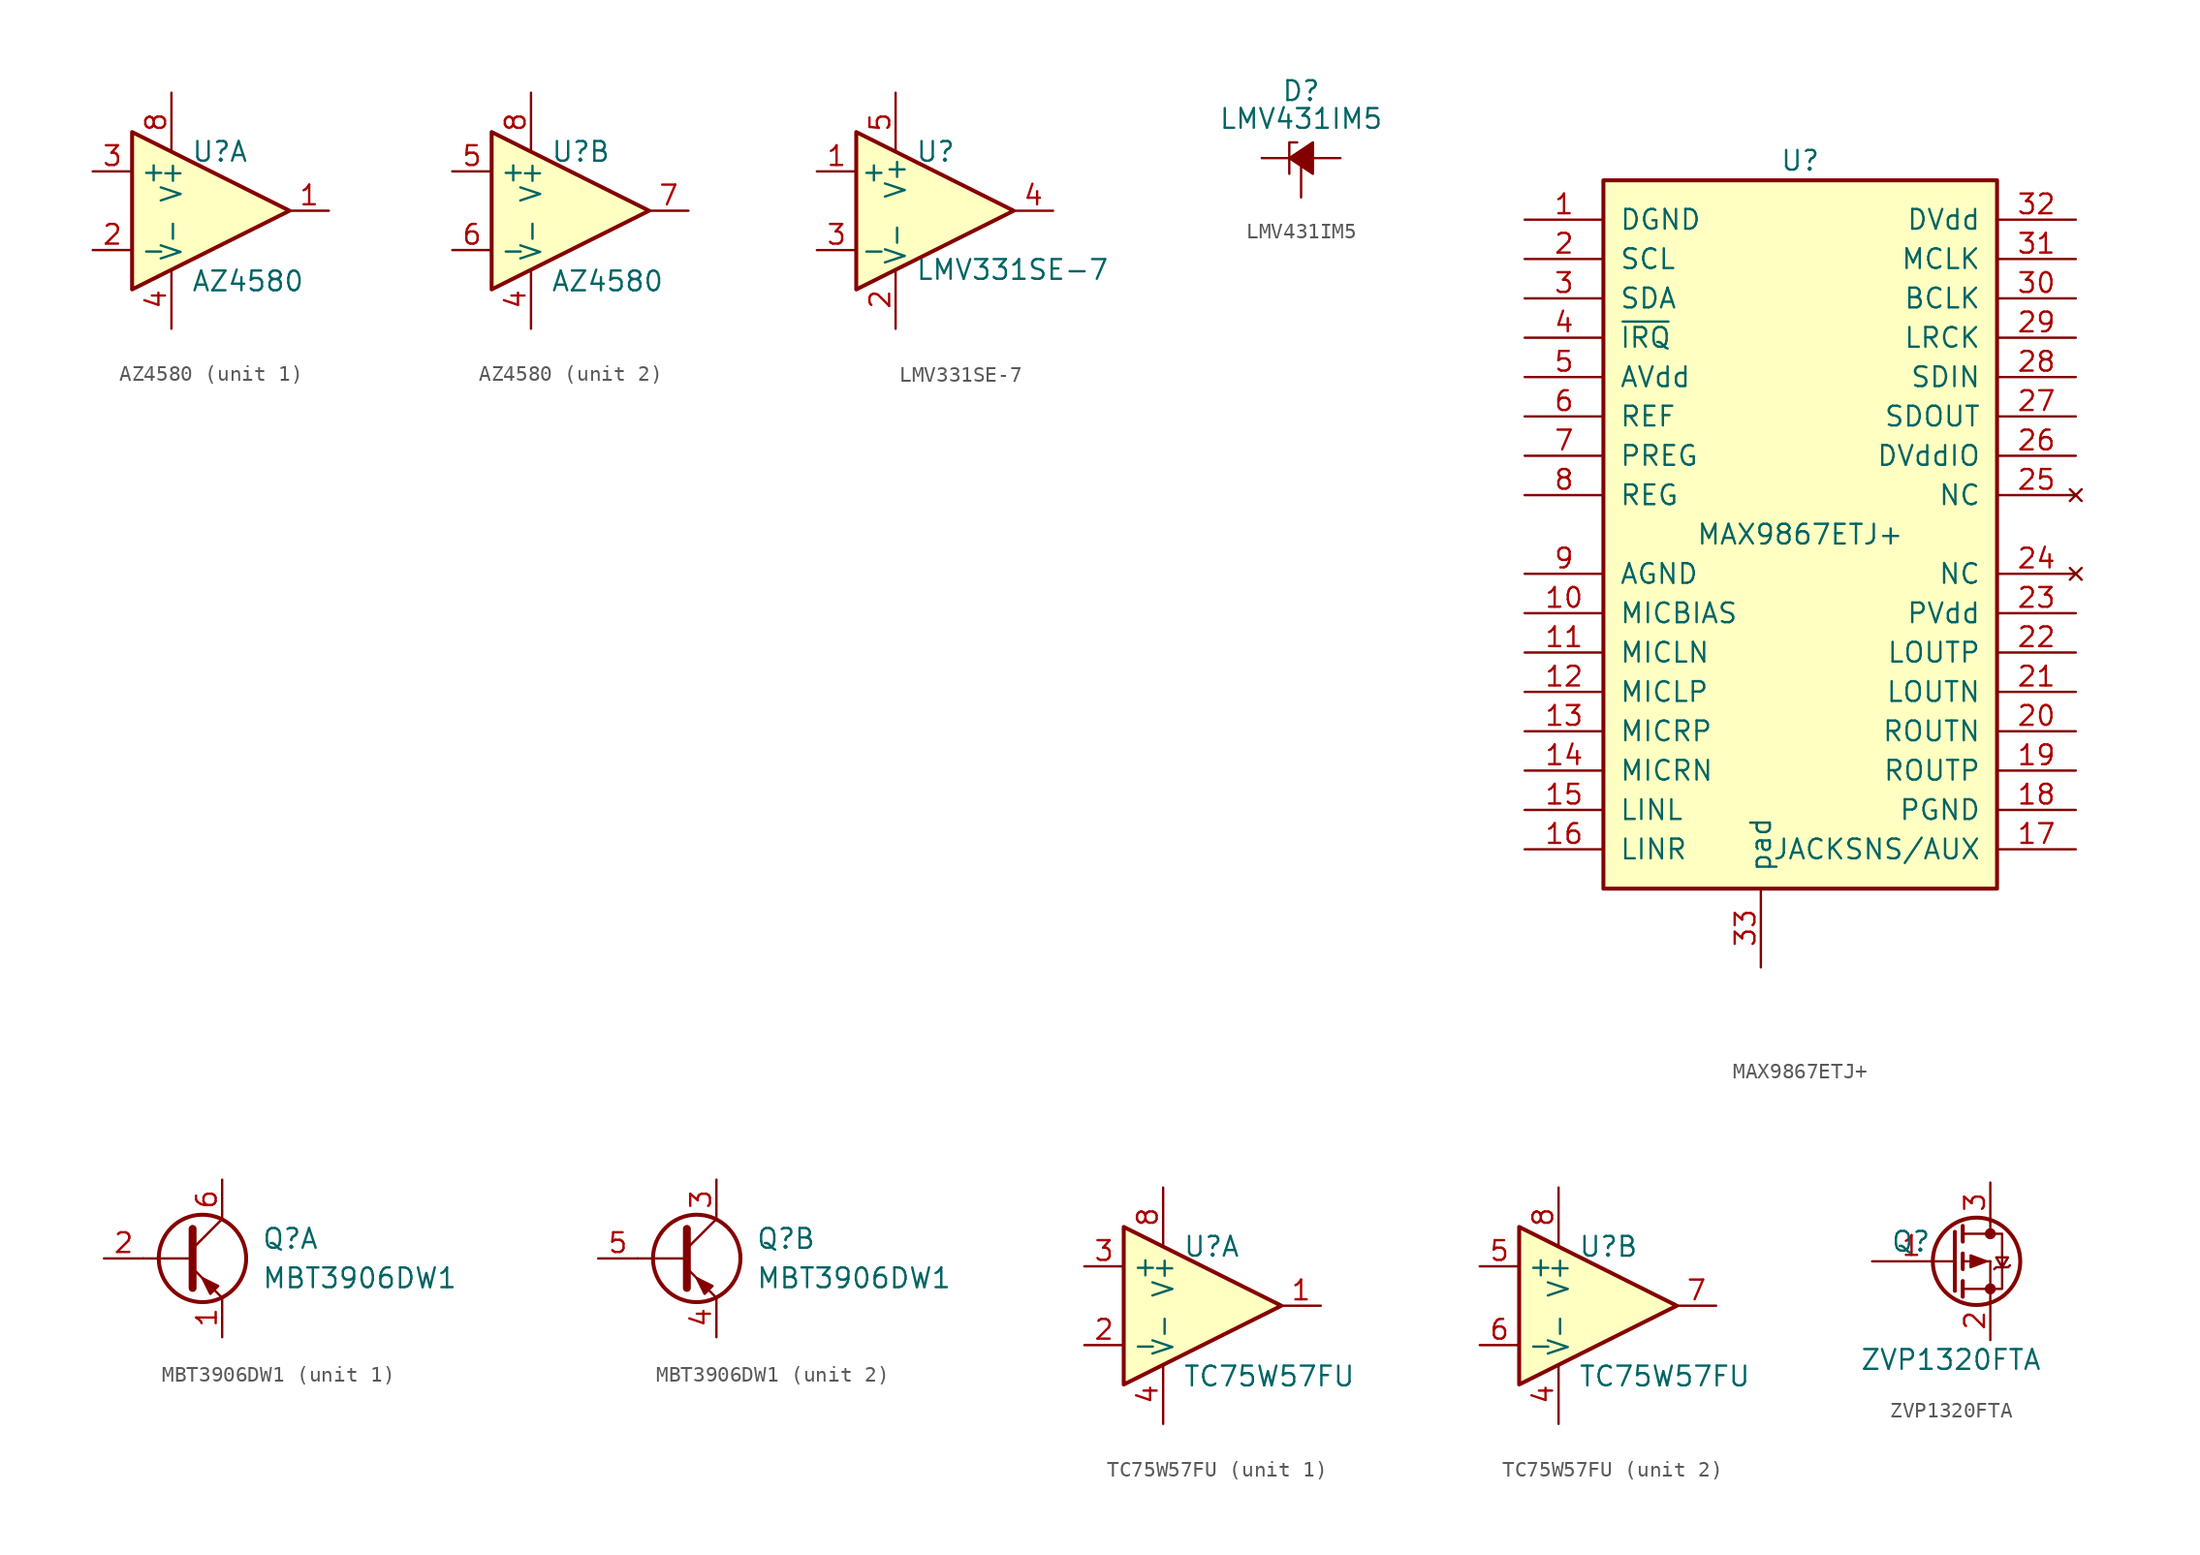
<source format=kicad_sym>
(kicad_symbol_lib
  (version 20211014)
  (generator kicad_symbol_editor)
  (symbol "AZ4580"
    (property "Reference" "U"
      (at -1.27 3.81 0)
      (effects (font (size 1.27 1.27)) (justify left)))
    (property "Value" "AZ4580"
      (at -1.27 -3.81 0)
      (effects (font (size 1.27 1.27)) (justify left top)))
    (symbol "AZ4580_0_1"
      (polyline (pts (xy -5.08 5.08) (xy 5.08 0) (xy -5.08 -5.08) (xy -5.08 5.08)) (stroke (width 0.254) (type default) (color 0 0 0 0)) (fill (type background)))
      (pin power_in line (at -2.54 -7.62 90) (length 3.81) (name "V-" (effects (font (size 1.27 1.27)))) (number "4" (effects (font (size 1.27 1.27)))))
      (pin power_in line (at -2.54 7.62 270) (length 3.81) (name "V+" (effects (font (size 1.27 1.27)))) (number "8" (effects (font (size 1.27 1.27))))))
    (symbol "AZ4580_1_1"
      (pin output line (at 7.62 0 180) (length 2.54) (name "~" (effects (font (size 1.27 1.27)))) (number "1" (effects (font (size 1.27 1.27)))))
      (pin input line (at -7.62 -2.54 0) (length 2.54) (name "-" (effects (font (size 1.27 1.27)))) (number "2" (effects (font (size 1.27 1.27)))))
      (pin input line (at -7.62 2.54 0) (length 2.54) (name "+" (effects (font (size 1.27 1.27)))) (number "3" (effects (font (size 1.27 1.27))))))
    (symbol "AZ4580_2_1"
      (pin input line (at -7.62 2.54 0) (length 2.54) (name "+" (effects (font (size 1.27 1.27)))) (number "5" (effects (font (size 1.27 1.27)))))
      (pin input line (at -7.62 -2.54 0) (length 2.54) (name "-" (effects (font (size 1.27 1.27)))) (number "6" (effects (font (size 1.27 1.27)))))
      (pin output line (at 7.62 0 180) (length 2.54) (name "~" (effects (font (size 1.27 1.27)))) (number "7" (effects (font (size 1.27 1.27)))))))
  (symbol "LMV331SE-7"
    (pin_names
      (offset 0.254))
    (property "Reference" "U"
      (at -1.27 3.81 0)
      (effects (font (size 1.27 1.27)) (justify left)))
    (property "Value" "LMV331SE-7"
      (at -1.27 -3.81 0)
      (effects (font (size 1.27 1.27)) (justify left)))
    (symbol "LMV331SE-7_0_1"
      (polyline (pts (xy -5.08 5.08) (xy 5.08 0) (xy -5.08 -5.08) (xy -5.08 5.08)) (stroke (width 0.254) (type default) (color 0 0 0 0)) (fill (type background))))
    (symbol "LMV331SE-7_1_1"
      (pin input line (at -7.62 2.54 0) (length 2.54) (name "+" (effects (font (size 1.27 1.27)))) (number "1" (effects (font (size 1.27 1.27)))))
      (pin input line (at -2.54 -7.62 90) (length 3.81) (name "V-" (effects (font (size 1.27 1.27)))) (number "2" (effects (font (size 1.27 1.27)))))
      (pin input line (at -7.62 -2.54 0) (length 2.54) (name "-" (effects (font (size 1.27 1.27)))) (number "3" (effects (font (size 1.27 1.27)))))
      (pin output line (at 7.62 0 180) (length 2.54) (name "~" (effects (font (size 1.27 1.27)))) (number "4" (effects (font (size 1.27 1.27)))))
      (pin input line (at -2.54 7.62 270) (length 3.81) (name "V+" (effects (font (size 1.27 1.27)))) (number "5" (effects (font (size 1.27 1.27)))))))
  (symbol "LMV431IM5"
    (pin_numbers hide)
    (pin_names
      (offset 0.254) hide)
    (property "Reference" "D"
      (at 0 5.08 0)
      (effects (font (size 1.27 1.27)) (justify top)))
    (property "Value" "LMV431IM5"
      (at 0 2.54 0)
      (effects (font (size 1.27 1.27))))
    (symbol "LMV431IM5_0_1"
      (polyline (pts (xy 0.762 0) (xy -0.762 0)) (stroke (width 0) (type default) (color 0 0 0 0)) (fill (type none)))
      (polyline (pts (xy -0.254 1.016) (xy -0.762 1.016) (xy -0.762 -1.016)) (stroke (width 0) (type default) (color 0 0 0 0)) (fill (type none)))
      (polyline (pts (xy 0.762 1.016) (xy -0.762 0) (xy 0.762 -1.016) (xy 0.762 1.016)) (stroke (width 0) (type default) (color 0 0 0 0)) (fill (type outline))))
    (symbol "LMV431IM5_1_1"
      (pin passive line (at -2.54 0 0) (length 1.778) (name "K" (effects (font (size 1.27 1.27)))) (number "3" (effects (font (size 1.27 1.27)))))
      (pin input line (at 0 -2.54 90) (length 2.54) (name "ref" (effects (font (size 1.27 1.27)))) (number "4" (effects (font (size 1.27 1.27)))))
      (pin passive line (at 2.54 0 180) (length 1.778) (name "A" (effects (font (size 1.27 1.27)))) (number "5" (effects (font (size 1.27 1.27)))))))
  (symbol "MAX9867ETJ+"
    (pin_names
      (offset 1.016))
    (property "Reference" "U"
      (at 0 24.13 0)
      (effects (font (size 1.27 1.27))))
    (property "Value" "MAX9867ETJ+"
      (at 0 0 0)
      (effects (font (size 1.27 1.27))))
    (symbol "MAX9867ETJ+_0_1"
      (rectangle (start 12.7 -22.86) (end -12.7 22.86) (stroke (width 0.254) (type default) (color 0 0 0 0)) (fill (type background))))
    (symbol "MAX9867ETJ+_1_1"
      (pin power_in line (at -17.78 20.32 0) (length 5.08) (name "DGND" (effects (font (size 1.27 1.27)))) (number "1" (effects (font (size 1.27 1.27)))))
      (pin output line (at -17.78 -5.08 0) (length 5.08) (name "MICBIAS" (effects (font (size 1.27 1.27)))) (number "10" (effects (font (size 1.27 1.27)))))
      (pin input line (at -17.78 -7.62 0) (length 5.08) (name "MICLN" (effects (font (size 1.27 1.27)))) (number "11" (effects (font (size 1.27 1.27)))))
      (pin input line (at -17.78 -10.16 0) (length 5.08) (name "MICLP" (effects (font (size 1.27 1.27)))) (number "12" (effects (font (size 1.27 1.27)))))
      (pin input line (at -17.78 -12.7 0) (length 5.08) (name "MICRP" (effects (font (size 1.27 1.27)))) (number "13" (effects (font (size 1.27 1.27)))))
      (pin input line (at -17.78 -15.24 0) (length 5.08) (name "MICRN" (effects (font (size 1.27 1.27)))) (number "14" (effects (font (size 1.27 1.27)))))
      (pin input line (at -17.78 -17.78 0) (length 5.08) (name "LINL" (effects (font (size 1.27 1.27)))) (number "15" (effects (font (size 1.27 1.27)))))
      (pin input line (at -17.78 -20.32 0) (length 5.08) (name "LINR" (effects (font (size 1.27 1.27)))) (number "16" (effects (font (size 1.27 1.27)))))
      (pin output line (at 17.78 -20.32 180) (length 5.08) (name "JACKSNS/AUX" (effects (font (size 1.27 1.27)))) (number "17" (effects (font (size 1.27 1.27)))))
      (pin power_in line (at 17.78 -17.78 180) (length 5.08) (name "PGND" (effects (font (size 1.27 1.27)))) (number "18" (effects (font (size 1.27 1.27)))))
      (pin output line (at 17.78 -15.24 180) (length 5.08) (name "ROUTP" (effects (font (size 1.27 1.27)))) (number "19" (effects (font (size 1.27 1.27)))))
      (pin input line (at -17.78 17.78 0) (length 5.08) (name "SCL" (effects (font (size 1.27 1.27)))) (number "2" (effects (font (size 1.27 1.27)))))
      (pin output line (at 17.78 -12.7 180) (length 5.08) (name "ROUTN" (effects (font (size 1.27 1.27)))) (number "20" (effects (font (size 1.27 1.27)))))
      (pin output line (at 17.78 -10.16 180) (length 5.08) (name "LOUTN" (effects (font (size 1.27 1.27)))) (number "21" (effects (font (size 1.27 1.27)))))
      (pin output line (at 17.78 -7.62 180) (length 5.08) (name "LOUTP" (effects (font (size 1.27 1.27)))) (number "22" (effects (font (size 1.27 1.27)))))
      (pin power_in line (at 17.78 -5.08 180) (length 5.08) (name "PVdd" (effects (font (size 1.27 1.27)))) (number "23" (effects (font (size 1.27 1.27)))))
      (pin no_connect line (at 17.78 -2.54 180) (length 5.08) (name "NC" (effects (font (size 1.27 1.27)))) (number "24" (effects (font (size 1.27 1.27)))))
      (pin no_connect line (at 17.78 2.54 180) (length 5.08) (name "NC" (effects (font (size 1.27 1.27)))) (number "25" (effects (font (size 1.27 1.27)))))
      (pin power_in line (at 17.78 5.08 180) (length 5.08) (name "DVddIO" (effects (font (size 1.27 1.27)))) (number "26" (effects (font (size 1.27 1.27)))))
      (pin output line (at 17.78 7.62 180) (length 5.08) (name "SDOUT" (effects (font (size 1.27 1.27)))) (number "27" (effects (font (size 1.27 1.27)))))
      (pin input line (at 17.78 10.16 180) (length 5.08) (name "SDIN" (effects (font (size 1.27 1.27)))) (number "28" (effects (font (size 1.27 1.27)))))
      (pin bidirectional line (at 17.78 12.7 180) (length 5.08) (name "LRCK" (effects (font (size 1.27 1.27)))) (number "29" (effects (font (size 1.27 1.27)))))
      (pin bidirectional line (at -17.78 15.24 0) (length 5.08) (name "SDA" (effects (font (size 1.27 1.27)))) (number "3" (effects (font (size 1.27 1.27)))))
      (pin bidirectional line (at 17.78 15.24 180) (length 5.08) (name "BCLK" (effects (font (size 1.27 1.27)))) (number "30" (effects (font (size 1.27 1.27)))))
      (pin bidirectional line (at 17.78 17.78 180) (length 5.08) (name "MCLK" (effects (font (size 1.27 1.27)))) (number "31" (effects (font (size 1.27 1.27)))))
      (pin power_in line (at 17.78 20.32 180) (length 5.08) (name "DVdd" (effects (font (size 1.27 1.27)))) (number "32" (effects (font (size 1.27 1.27)))))
      (pin power_in line (at -2.54 -27.94 90) (length 5.08) (name "pad" (effects (font (size 1.27 1.27)))) (number "33" (effects (font (size 1.27 1.27)))))
      (pin output line (at -17.78 12.7 0) (length 5.08) (name "~{IRQ}" (effects (font (size 1.27 1.27)))) (number "4" (effects (font (size 1.27 1.27)))))
      (pin power_in line (at -17.78 10.16 0) (length 5.08) (name "AVdd" (effects (font (size 1.27 1.27)))) (number "5" (effects (font (size 1.27 1.27)))))
      (pin power_out line (at -17.78 7.62 0) (length 5.08) (name "REF" (effects (font (size 1.27 1.27)))) (number "6" (effects (font (size 1.27 1.27)))))
      (pin power_out line (at -17.78 5.08 0) (length 5.08) (name "PREG" (effects (font (size 1.27 1.27)))) (number "7" (effects (font (size 1.27 1.27)))))
      (pin power_out line (at -17.78 2.54 0) (length 5.08) (name "REG" (effects (font (size 1.27 1.27)))) (number "8" (effects (font (size 1.27 1.27)))))
      (pin power_in line (at -17.78 -2.54 0) (length 5.08) (name "AGND" (effects (font (size 1.27 1.27)))) (number "9" (effects (font (size 1.27 1.27)))))))
  (symbol "MBT3906DW1"
    (pin_names
      (offset 0) hide)
    (property "Reference" "Q"
      (at 5.08 1.27 0)
      (effects (font (size 1.27 1.27)) (justify left)))
    (property "Value" "MBT3906DW1"
      (at 5.08 -1.27 0)
      (effects (font (size 1.27 1.27)) (justify left)))
    (property "ki_locked" ""
      (at 0 0 0)
      (effects (font (size 1.27 1.27))))
    (symbol "MBT3906DW1_0_1"
      (polyline (pts (xy 0.635 0) (xy -2.54 0)) (stroke (width 0) (type default) (color 0 0 0 0)) (fill (type none)))
      (polyline (pts (xy 0.635 0.635) (xy 2.54 2.54)) (stroke (width 0) (type default) (color 0 0 0 0)) (fill (type none)))
      (polyline (pts (xy 0.635 -0.635) (xy 2.54 -2.54) (xy 2.54 -2.54)) (stroke (width 0) (type default) (color 0 0 0 0)) (fill (type none)))
      (polyline (pts (xy 0.635 1.905) (xy 0.635 -1.905) (xy 0.635 -1.905)) (stroke (width 0.508) (type default) (color 0 0 0 0)) (fill (type none)))
      (polyline (pts (xy 2.286 -1.778) (xy 1.778 -2.286) (xy 1.27 -1.27) (xy 2.286 -1.778) (xy 2.286 -1.778)) (stroke (width 0) (type default) (color 0 0 0 0)) (fill (type outline)))
      (circle (center 1.27 0) (radius 2.819) (stroke (width 0.254) (type default) (color 0 0 0 0)) (fill (type none))))
    (symbol "MBT3906DW1_1_1"
      (pin passive line (at 2.54 -5.08 90) (length 2.54) (name "E1" (effects (font (size 1.27 1.27)))) (number "1" (effects (font (size 1.27 1.27)))))
      (pin input line (at -5.08 0 0) (length 2.54) (name "B1" (effects (font (size 1.27 1.27)))) (number "2" (effects (font (size 1.27 1.27)))))
      (pin passive line (at 2.54 5.08 270) (length 2.54) (name "C1" (effects (font (size 1.27 1.27)))) (number "6" (effects (font (size 1.27 1.27))))))
    (symbol "MBT3906DW1_2_1"
      (pin passive line (at 2.54 5.08 270) (length 2.54) (name "C2" (effects (font (size 1.27 1.27)))) (number "3" (effects (font (size 1.27 1.27)))))
      (pin passive line (at 2.54 -5.08 90) (length 2.54) (name "E2" (effects (font (size 1.27 1.27)))) (number "4" (effects (font (size 1.27 1.27)))))
      (pin input line (at -5.08 0 0) (length 2.54) (name "B2" (effects (font (size 1.27 1.27)))) (number "5" (effects (font (size 1.27 1.27)))))))
  (symbol "TC75W57FU"
    (property "Reference" "U"
      (at -1.27 3.81 0)
      (effects (font (size 1.27 1.27)) (justify left)))
    (property "Value" "TC75W57FU"
      (at -1.27 -3.81 0)
      (effects (font (size 1.27 1.27)) (justify left top)))
    (symbol "TC75W57FU_0_1"
      (polyline (pts (xy -5.08 5.08) (xy 5.08 0) (xy -5.08 -5.08) (xy -5.08 5.08)) (stroke (width 0.254) (type default) (color 0 0 0 0)) (fill (type background)))
      (pin power_in line (at -2.54 -7.62 90) (length 3.81) (name "V-" (effects (font (size 1.27 1.27)))) (number "4" (effects (font (size 1.27 1.27)))))
      (pin power_in line (at -2.54 7.62 270) (length 3.81) (name "V+" (effects (font (size 1.27 1.27)))) (number "8" (effects (font (size 1.27 1.27))))))
    (symbol "TC75W57FU_1_1"
      (pin output line (at 7.62 0 180) (length 2.54) (name "~" (effects (font (size 1.27 1.27)))) (number "1" (effects (font (size 1.27 1.27)))))
      (pin input line (at -7.62 -2.54 0) (length 2.54) (name "-" (effects (font (size 1.27 1.27)))) (number "2" (effects (font (size 1.27 1.27)))))
      (pin input line (at -7.62 2.54 0) (length 2.54) (name "+" (effects (font (size 1.27 1.27)))) (number "3" (effects (font (size 1.27 1.27))))))
    (symbol "TC75W57FU_2_1"
      (pin input line (at -7.62 2.54 0) (length 2.54) (name "+" (effects (font (size 1.27 1.27)))) (number "5" (effects (font (size 1.27 1.27)))))
      (pin input line (at -7.62 -2.54 0) (length 2.54) (name "-" (effects (font (size 1.27 1.27)))) (number "6" (effects (font (size 1.27 1.27)))))
      (pin output line (at 7.62 0 180) (length 2.54) (name "~" (effects (font (size 1.27 1.27)))) (number "7" (effects (font (size 1.27 1.27)))))))
  (symbol "ZVP1320FTA"
    (pin_names
      (offset 0) hide)
    (property "Reference" "Q"
      (at -1.27 1.27 0)
      (effects (font (size 1.27 1.27)) (justify right)))
    (property "Value" "ZVP1320FTA"
      (at 0 -6.35 0)
      (effects (font (size 1.27 1.27))))
    (symbol "ZVP1320FTA_0_1"
      (polyline (pts (xy 0.051 0) (xy 0.254 0)) (stroke (width 0) (type default) (color 0 0 0 0)) (fill (type none)))
      (polyline (pts (xy 0.762 -1.778) (xy 2.54 -1.778)) (stroke (width 0) (type default) (color 0 0 0 0)) (fill (type none)))
      (polyline (pts (xy 0.762 -1.27) (xy 0.762 -2.286)) (stroke (width 0.254) (type default) (color 0 0 0 0)) (fill (type none)))
      (polyline (pts (xy 0.762 0) (xy 2.54 0)) (stroke (width 0) (type default) (color 0 0 0 0)) (fill (type none)))
      (polyline (pts (xy 0.762 0.508) (xy 0.762 -0.508)) (stroke (width 0.254) (type default) (color 0 0 0 0)) (fill (type none)))
      (polyline (pts (xy 0.762 1.778) (xy 2.54 1.778)) (stroke (width 0) (type default) (color 0 0 0 0)) (fill (type none)))
      (polyline (pts (xy 0.762 2.286) (xy 0.762 1.27)) (stroke (width 0.254) (type default) (color 0 0 0 0)) (fill (type none)))
      (polyline (pts (xy 2.54 -1.778) (xy 2.54 -2.54)) (stroke (width 0) (type default) (color 0 0 0 0)) (fill (type none)))
      (polyline (pts (xy 2.54 -1.778) (xy 2.54 0)) (stroke (width 0) (type default) (color 0 0 0 0)) (fill (type none)))
      (polyline (pts (xy 2.54 2.54) (xy 2.54 1.778)) (stroke (width 0) (type default) (color 0 0 0 0)) (fill (type none)))
      (polyline (pts (xy 0.254 1.905) (xy 0.254 -1.905) (xy 0.254 -1.905)) (stroke (width 0.254) (type default) (color 0 0 0 0)) (fill (type none)))
      (polyline (pts (xy 2.286 0) (xy 1.27 -0.381) (xy 1.27 0.381) (xy 2.286 0)) (stroke (width 0) (type default) (color 0 0 0 0)) (fill (type outline)))
      (polyline (pts (xy 2.54 -1.778) (xy 3.302 -1.778) (xy 3.302 1.778) (xy 2.54 1.778)) (stroke (width 0) (type default) (color 0 0 0 0)) (fill (type none)))
      (polyline (pts (xy 2.794 -0.508) (xy 2.921 -0.381) (xy 3.683 -0.381) (xy 3.81 -0.254)) (stroke (width 0) (type default) (color 0 0 0 0)) (fill (type none)))
      (polyline (pts (xy 3.302 -0.381) (xy 2.921 0.254) (xy 3.683 0.254) (xy 3.302 -0.381)) (stroke (width 0) (type default) (color 0 0 0 0)) (fill (type none)))
      (circle (center 1.651 0) (radius 2.819) (stroke (width 0.254) (type default) (color 0 0 0 0)) (fill (type none)))
      (circle (center 2.54 -1.778) (radius 0.279) (stroke (width 0) (type default) (color 0 0 0 0)) (fill (type outline)))
      (circle (center 2.54 1.778) (radius 0.279) (stroke (width 0) (type default) (color 0 0 0 0)) (fill (type outline))))
    (symbol "ZVP1320FTA_1_1"
      (pin input line (at -5.08 0 0) (length 5.08) (name "G" (effects (font (size 1.27 1.27)))) (number "1" (effects (font (size 1.27 1.27)))))
      (pin passive line (at 2.54 -5.08 90) (length 2.54) (name "S" (effects (font (size 1.27 1.27)))) (number "2" (effects (font (size 1.27 1.27)))))
      (pin passive line (at 2.54 5.08 270) (length 2.54) (name "D" (effects (font (size 1.27 1.27)))) (number "3" (effects (font (size 1.27 1.27))))))))
</source>
